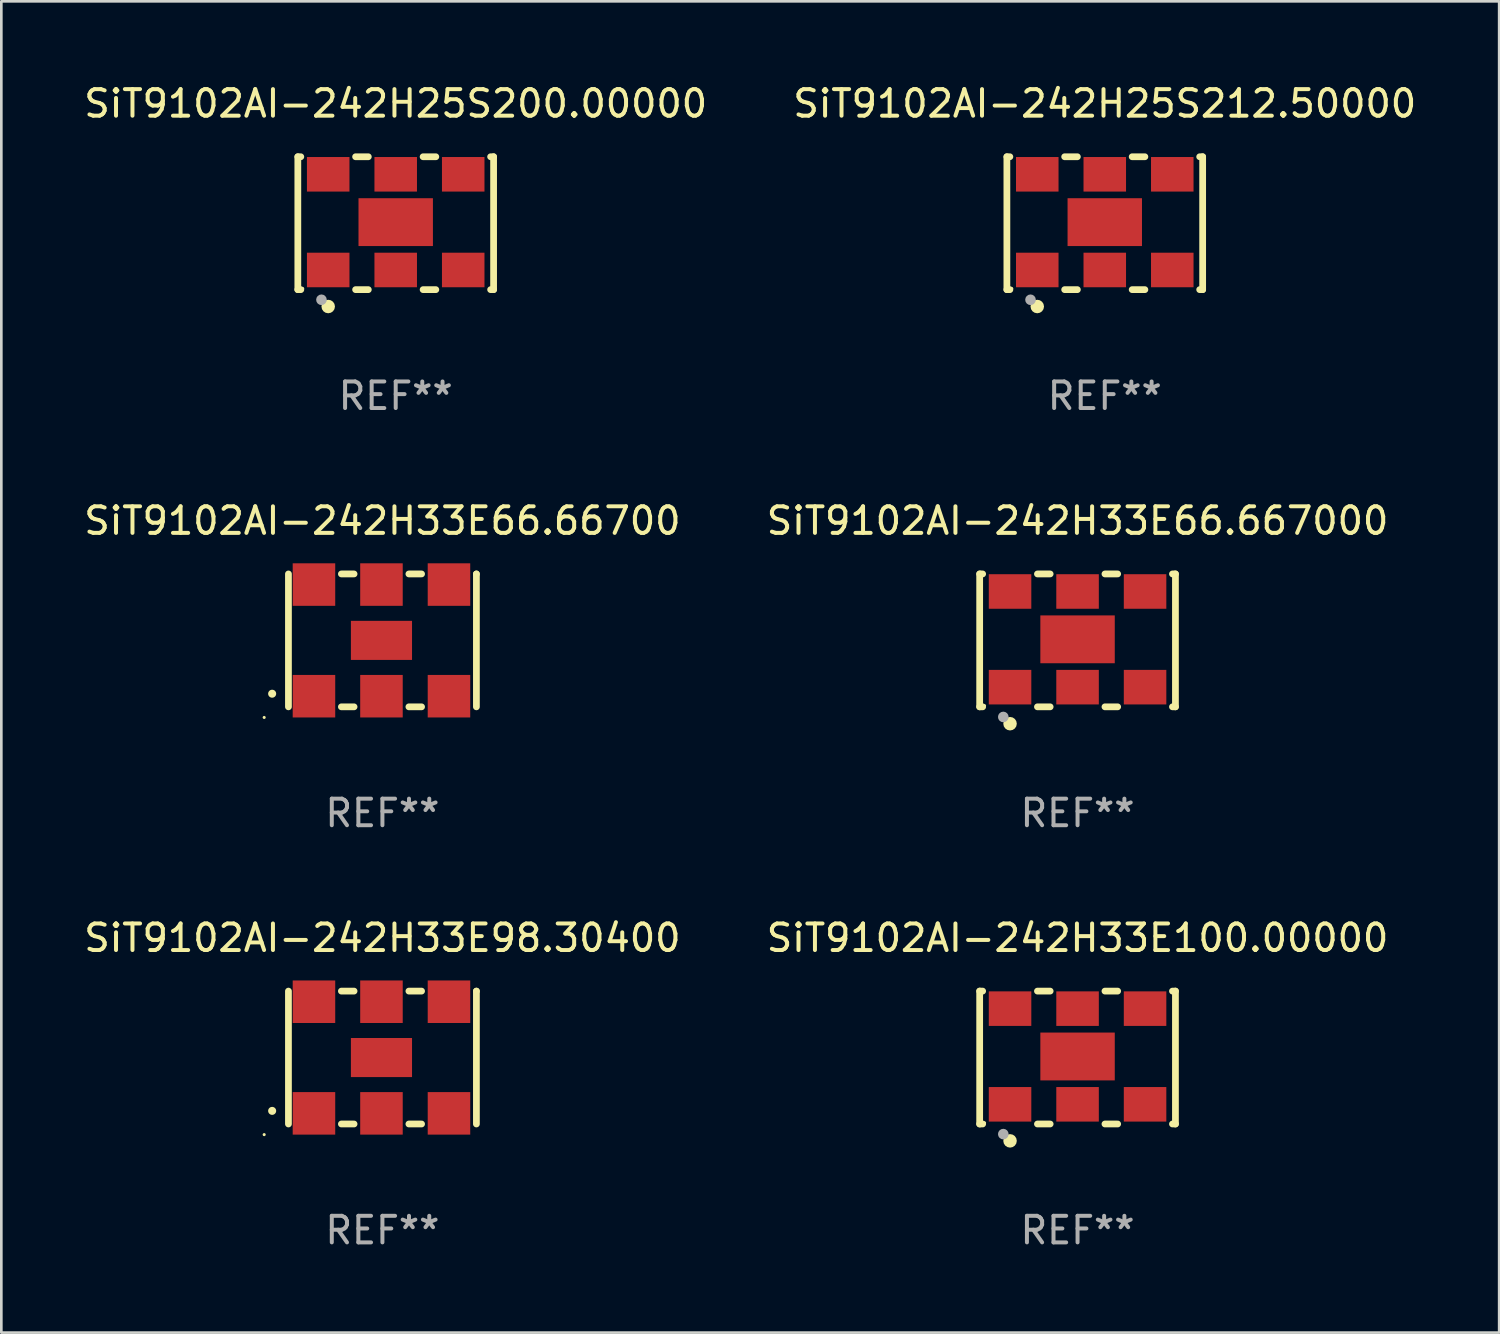
<source format=kicad_pcb>
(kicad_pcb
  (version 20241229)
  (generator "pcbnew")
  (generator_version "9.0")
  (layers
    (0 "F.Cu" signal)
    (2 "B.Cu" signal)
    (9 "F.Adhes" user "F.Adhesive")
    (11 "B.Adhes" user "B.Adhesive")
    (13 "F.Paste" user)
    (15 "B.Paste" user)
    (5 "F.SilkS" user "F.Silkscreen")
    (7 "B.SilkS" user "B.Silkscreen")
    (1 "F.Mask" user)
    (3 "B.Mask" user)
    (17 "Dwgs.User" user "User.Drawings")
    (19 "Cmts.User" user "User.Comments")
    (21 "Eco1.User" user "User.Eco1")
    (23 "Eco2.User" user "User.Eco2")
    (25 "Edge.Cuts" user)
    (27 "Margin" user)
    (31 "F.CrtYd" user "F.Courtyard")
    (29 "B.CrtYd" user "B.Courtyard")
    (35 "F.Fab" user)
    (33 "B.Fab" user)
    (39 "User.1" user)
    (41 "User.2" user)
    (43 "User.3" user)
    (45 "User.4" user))
  (footprint "SiT9102AI-242H25S200.00000"
    (layer "F.Cu")
    (at 11.839 5.348)
    (property "Reference" "SiT9102AI-242H25S200.00000" (at 0 -4.5 0) (layer "F.SilkS") (effects (font (size 1 1) (thickness 0.15))))
    (attr through_hole)
    (fp_line (start -3.683 -2.5) (end -3.571 -2.5) (stroke (width 0.254) (type solid)) (layer "F.SilkS"))
    (fp_line (start -3.683 2.5) (end -3.683 -2.5) (stroke (width 0.254) (type solid)) (layer "F.SilkS"))
    (fp_line (start -3.683 2.5) (end -3.571 2.5) (stroke (width 0.254) (type solid)) (layer "F.SilkS"))
    (fp_line (start -1.509 -2.5) (end -1.031 -2.5) (stroke (width 0.254) (type solid)) (layer "F.SilkS"))
    (fp_line (start -1.509 2.5) (end -1.031 2.5) (stroke (width 0.254) (type solid)) (layer "F.SilkS"))
    (fp_line (start 1.031 -2.5) (end 1.509 -2.5) (stroke (width 0.254) (type solid)) (layer "F.SilkS"))
    (fp_line (start 1.031 2.5) (end 1.509 2.5) (stroke (width 0.254) (type solid)) (layer "F.SilkS"))
    (fp_line (start 3.571 -2.5) (end 3.683 -2.5) (stroke (width 0.254) (type solid)) (layer "F.SilkS"))
    (fp_line (start 3.571 2.5) (end 3.683 2.5) (stroke (width 0.254) (type solid)) (layer "F.SilkS"))
    (fp_line (start 3.683 2.5) (end 3.683 -2.5) (stroke (width 0.254) (type solid)) (layer "F.SilkS"))
    (fp_circle (center -3.5 2.46) (end -3.47 2.46) (stroke (width 0.06) (type solid)) (fill no) (layer "F.SilkS"))
    (fp_circle (center -2.54 3.135) (end -2.413 3.135) (stroke (width 0.254) (type solid)) (fill no) (layer "F.SilkS"))
    (fp_circle (center -2.794 2.881) (end -2.694 2.881) (stroke (width 0.2) (type solid)) (fill no) (layer "F.Fab"))
    (fp_text user "REF**" (at 0 6.5 0) (layer "F.Fab") (effects (font (size 1 1) (thickness 0.15))))
    (pad "1" smd rect (at -2.54 1.76) (size 1.6 1.3) (layers "F.Cu" "F.Mask" "F.Paste"))
    (pad "2" smd rect (at 0 1.76) (size 1.6 1.3) (layers "F.Cu" "F.Mask" "F.Paste"))
    (pad "3" smd rect (at 2.54 1.76) (size 1.6 1.3) (layers "F.Cu" "F.Mask" "F.Paste"))
    (pad "4" smd rect (at 2.54 -1.84) (size 1.6 1.3) (layers "F.Cu" "F.Mask" "F.Paste"))
    (pad "5" smd rect (at 0 -1.84) (size 1.6 1.3) (layers "F.Cu" "F.Mask" "F.Paste"))
    (pad "6" smd rect (at -2.54 -1.84) (size 1.6 1.3) (layers "F.Cu" "F.Mask" "F.Paste"))
    (pad "7" smd rect (at 0 -0.04) (size 2.8 1.8) (layers "F.Cu" "F.Mask" "F.Paste")))
  (footprint "SiT9102AI-242H33E98.30400"
    (layer "F.Cu")
    (at 11.339 36.741)
    (property "Reference" "SiT9102AI-242H33E98.30400" (at 0 -4.5 0) (layer "F.SilkS") (effects (font (size 1 1) (thickness 0.15))))
    (attr through_hole)
    (fp_line (start -3.536 -2.5) (end -3.536 2.5) (stroke (width 0.254) (type solid)) (layer "F.SilkS"))
    (fp_line (start -1.544 2.5) (end -1.067 2.5) (stroke (width 0.254) (type solid)) (layer "F.SilkS"))
    (fp_line (start -1.067 -2.5) (end -1.544 -2.5) (stroke (width 0.254) (type solid)) (layer "F.SilkS"))
    (fp_line (start 0.996 2.5) (end 1.473 2.5) (stroke (width 0.254) (type solid)) (layer "F.SilkS"))
    (fp_line (start 1.473 -2.5) (end 0.996 -2.5) (stroke (width 0.254) (type solid)) (layer "F.SilkS"))
    (fp_line (start 3.536 -2.5) (end 3.536 -2.5) (stroke (width 0.254) (type solid)) (layer "F.SilkS"))
    (fp_line (start 3.536 2.5) (end 3.536 -2.5) (stroke (width 0.254) (type solid)) (layer "F.SilkS"))
    (fp_arc (start -4.150432 2.006604) (mid -4.149162 2.006599) (end -4.147892 2.006604) (stroke (width 0.3) (type solid)) (layer "F.SilkS"))
    (fp_circle (center -4.449 2.9) (end -4.419 2.9) (stroke (width 0.06) (type solid)) (fill no) (layer "F.SilkS"))
    (fp_text user "REF**" (at 0 6.5 0) (layer "F.Fab") (effects (font (size 1 1) (thickness 0.15))))
    (pad "1" smd rect (at -2.576 2.1) (size 1.6 1.6) (layers "F.Cu" "F.Mask" "F.Paste"))
    (pad "2" smd rect (at -0.036 2.1) (size 1.6 1.6) (layers "F.Cu" "F.Mask" "F.Paste"))
    (pad "3" smd rect (at 2.504 2.1) (size 1.6 1.6) (layers "F.Cu" "F.Mask" "F.Paste"))
    (pad "4" smd rect (at 2.504 -2.1) (size 1.6 1.6) (layers "F.Cu" "F.Mask" "F.Paste"))
    (pad "5" smd rect (at -0.036 -2.1) (size 1.6 1.6) (layers "F.Cu" "F.Mask" "F.Paste"))
    (pad "6" smd rect (at -2.576 -2.1) (size 1.6 1.6) (layers "F.Cu" "F.Mask" "F.Paste"))
    (pad "7" smd rect (at -0.036 0) (size 2.3 1.47) (layers "F.Cu" "F.Mask" "F.Paste")))
  (footprint "SiT9102AI-242H33E66.667000"
    (layer "F.Cu")
    (at 37.494 21.045)
    (property "Reference" "SiT9102AI-242H33E66.667000" (at 0 -4.5 0) (layer "F.SilkS") (effects (font (size 1 1) (thickness 0.15))))
    (attr through_hole)
    (fp_line (start -3.683 -2.5) (end -3.571 -2.5) (stroke (width 0.254) (type solid)) (layer "F.SilkS"))
    (fp_line (start -3.683 2.5) (end -3.683 -2.5) (stroke (width 0.254) (type solid)) (layer "F.SilkS"))
    (fp_line (start -3.683 2.5) (end -3.571 2.5) (stroke (width 0.254) (type solid)) (layer "F.SilkS"))
    (fp_line (start -1.509 -2.5) (end -1.031 -2.5) (stroke (width 0.254) (type solid)) (layer "F.SilkS"))
    (fp_line (start -1.509 2.5) (end -1.031 2.5) (stroke (width 0.254) (type solid)) (layer "F.SilkS"))
    (fp_line (start 1.031 -2.5) (end 1.509 -2.5) (stroke (width 0.254) (type solid)) (layer "F.SilkS"))
    (fp_line (start 1.031 2.5) (end 1.509 2.5) (stroke (width 0.254) (type solid)) (layer "F.SilkS"))
    (fp_line (start 3.571 -2.5) (end 3.683 -2.5) (stroke (width 0.254) (type solid)) (layer "F.SilkS"))
    (fp_line (start 3.571 2.5) (end 3.683 2.5) (stroke (width 0.254) (type solid)) (layer "F.SilkS"))
    (fp_line (start 3.683 2.5) (end 3.683 -2.5) (stroke (width 0.254) (type solid)) (layer "F.SilkS"))
    (fp_circle (center -3.5 2.46) (end -3.47 2.46) (stroke (width 0.06) (type solid)) (fill no) (layer "F.SilkS"))
    (fp_circle (center -2.54 3.135) (end -2.413 3.135) (stroke (width 0.254) (type solid)) (fill no) (layer "F.SilkS"))
    (fp_circle (center -2.794 2.881) (end -2.694 2.881) (stroke (width 0.2) (type solid)) (fill no) (layer "F.Fab"))
    (fp_text user "REF**" (at 0 6.5 0) (layer "F.Fab") (effects (font (size 1 1) (thickness 0.15))))
    (pad "1" smd rect (at -2.54 1.76) (size 1.6 1.3) (layers "F.Cu" "F.Mask" "F.Paste"))
    (pad "2" smd rect (at 0 1.76) (size 1.6 1.3) (layers "F.Cu" "F.Mask" "F.Paste"))
    (pad "3" smd rect (at 2.54 1.76) (size 1.6 1.3) (layers "F.Cu" "F.Mask" "F.Paste"))
    (pad "4" smd rect (at 2.54 -1.84) (size 1.6 1.3) (layers "F.Cu" "F.Mask" "F.Paste"))
    (pad "5" smd rect (at 0 -1.84) (size 1.6 1.3) (layers "F.Cu" "F.Mask" "F.Paste"))
    (pad "6" smd rect (at -2.54 -1.84) (size 1.6 1.3) (layers "F.Cu" "F.Mask" "F.Paste"))
    (pad "7" smd rect (at 0 -0.04) (size 2.8 1.8) (layers "F.Cu" "F.Mask" "F.Paste")))
  (footprint "SiT9102AI-242H25S212.50000"
    (layer "F.Cu")
    (at 38.518 5.348)
    (property "Reference" "SiT9102AI-242H25S212.50000" (at 0 -4.5 0) (layer "F.SilkS") (effects (font (size 1 1) (thickness 0.15))))
    (attr through_hole)
    (fp_line (start -3.683 -2.5) (end -3.571 -2.5) (stroke (width 0.254) (type solid)) (layer "F.SilkS"))
    (fp_line (start -3.683 2.5) (end -3.683 -2.5) (stroke (width 0.254) (type solid)) (layer "F.SilkS"))
    (fp_line (start -3.683 2.5) (end -3.571 2.5) (stroke (width 0.254) (type solid)) (layer "F.SilkS"))
    (fp_line (start -1.509 -2.5) (end -1.031 -2.5) (stroke (width 0.254) (type solid)) (layer "F.SilkS"))
    (fp_line (start -1.509 2.5) (end -1.031 2.5) (stroke (width 0.254) (type solid)) (layer "F.SilkS"))
    (fp_line (start 1.031 -2.5) (end 1.509 -2.5) (stroke (width 0.254) (type solid)) (layer "F.SilkS"))
    (fp_line (start 1.031 2.5) (end 1.509 2.5) (stroke (width 0.254) (type solid)) (layer "F.SilkS"))
    (fp_line (start 3.571 -2.5) (end 3.683 -2.5) (stroke (width 0.254) (type solid)) (layer "F.SilkS"))
    (fp_line (start 3.571 2.5) (end 3.683 2.5) (stroke (width 0.254) (type solid)) (layer "F.SilkS"))
    (fp_line (start 3.683 2.5) (end 3.683 -2.5) (stroke (width 0.254) (type solid)) (layer "F.SilkS"))
    (fp_circle (center -3.5 2.46) (end -3.47 2.46) (stroke (width 0.06) (type solid)) (fill no) (layer "F.SilkS"))
    (fp_circle (center -2.54 3.135) (end -2.413 3.135) (stroke (width 0.254) (type solid)) (fill no) (layer "F.SilkS"))
    (fp_circle (center -2.794 2.881) (end -2.694 2.881) (stroke (width 0.2) (type solid)) (fill no) (layer "F.Fab"))
    (fp_text user "REF**" (at 0 6.5 0) (layer "F.Fab") (effects (font (size 1 1) (thickness 0.15))))
    (pad "1" smd rect (at -2.54 1.76) (size 1.6 1.3) (layers "F.Cu" "F.Mask" "F.Paste"))
    (pad "2" smd rect (at 0 1.76) (size 1.6 1.3) (layers "F.Cu" "F.Mask" "F.Paste"))
    (pad "3" smd rect (at 2.54 1.76) (size 1.6 1.3) (layers "F.Cu" "F.Mask" "F.Paste"))
    (pad "4" smd rect (at 2.54 -1.84) (size 1.6 1.3) (layers "F.Cu" "F.Mask" "F.Paste"))
    (pad "5" smd rect (at 0 -1.84) (size 1.6 1.3) (layers "F.Cu" "F.Mask" "F.Paste"))
    (pad "6" smd rect (at -2.54 -1.84) (size 1.6 1.3) (layers "F.Cu" "F.Mask" "F.Paste"))
    (pad "7" smd rect (at 0 -0.04) (size 2.8 1.8) (layers "F.Cu" "F.Mask" "F.Paste")))
  (footprint "SiT9102AI-242H33E66.66700"
    (layer "F.Cu")
    (at 11.339 21.045)
    (property "Reference" "SiT9102AI-242H33E66.66700" (at 0 -4.5 0) (layer "F.SilkS") (effects (font (size 1 1) (thickness 0.15))))
    (attr through_hole)
    (fp_line (start -3.536 -2.5) (end -3.536 2.5) (stroke (width 0.254) (type solid)) (layer "F.SilkS"))
    (fp_line (start -1.544 2.5) (end -1.067 2.5) (stroke (width 0.254) (type solid)) (layer "F.SilkS"))
    (fp_line (start -1.067 -2.5) (end -1.544 -2.5) (stroke (width 0.254) (type solid)) (layer "F.SilkS"))
    (fp_line (start 0.996 2.5) (end 1.473 2.5) (stroke (width 0.254) (type solid)) (layer "F.SilkS"))
    (fp_line (start 1.473 -2.5) (end 0.996 -2.5) (stroke (width 0.254) (type solid)) (layer "F.SilkS"))
    (fp_line (start 3.536 -2.5) (end 3.536 -2.5) (stroke (width 0.254) (type solid)) (layer "F.SilkS"))
    (fp_line (start 3.536 2.5) (end 3.536 -2.5) (stroke (width 0.254) (type solid)) (layer "F.SilkS"))
    (fp_arc (start -4.150432 2.006604) (mid -4.149162 2.006599) (end -4.147892 2.006604) (stroke (width 0.3) (type solid)) (layer "F.SilkS"))
    (fp_circle (center -4.449 2.9) (end -4.419 2.9) (stroke (width 0.06) (type solid)) (fill no) (layer "F.SilkS"))
    (fp_text user "REF**" (at 0 6.5 0) (layer "F.Fab") (effects (font (size 1 1) (thickness 0.15))))
    (pad "1" smd rect (at -2.576 2.1) (size 1.6 1.6) (layers "F.Cu" "F.Mask" "F.Paste"))
    (pad "2" smd rect (at -0.036 2.1) (size 1.6 1.6) (layers "F.Cu" "F.Mask" "F.Paste"))
    (pad "3" smd rect (at 2.504 2.1) (size 1.6 1.6) (layers "F.Cu" "F.Mask" "F.Paste"))
    (pad "4" smd rect (at 2.504 -2.1) (size 1.6 1.6) (layers "F.Cu" "F.Mask" "F.Paste"))
    (pad "5" smd rect (at -0.036 -2.1) (size 1.6 1.6) (layers "F.Cu" "F.Mask" "F.Paste"))
    (pad "6" smd rect (at -2.576 -2.1) (size 1.6 1.6) (layers "F.Cu" "F.Mask" "F.Paste"))
    (pad "7" smd rect (at -0.036 0) (size 2.3 1.47) (layers "F.Cu" "F.Mask" "F.Paste")))
  (footprint "SiT9102AI-242H33E100.00000"
    (layer "F.Cu")
    (at 37.494 36.741)
    (property "Reference" "SiT9102AI-242H33E100.00000" (at 0 -4.5 0) (layer "F.SilkS") (effects (font (size 1 1) (thickness 0.15))))
    (attr through_hole)
    (fp_line (start -3.683 -2.5) (end -3.571 -2.5) (stroke (width 0.254) (type solid)) (layer "F.SilkS"))
    (fp_line (start -3.683 2.5) (end -3.683 -2.5) (stroke (width 0.254) (type solid)) (layer "F.SilkS"))
    (fp_line (start -3.683 2.5) (end -3.571 2.5) (stroke (width 0.254) (type solid)) (layer "F.SilkS"))
    (fp_line (start -1.509 -2.5) (end -1.031 -2.5) (stroke (width 0.254) (type solid)) (layer "F.SilkS"))
    (fp_line (start -1.509 2.5) (end -1.031 2.5) (stroke (width 0.254) (type solid)) (layer "F.SilkS"))
    (fp_line (start 1.031 -2.5) (end 1.509 -2.5) (stroke (width 0.254) (type solid)) (layer "F.SilkS"))
    (fp_line (start 1.031 2.5) (end 1.509 2.5) (stroke (width 0.254) (type solid)) (layer "F.SilkS"))
    (fp_line (start 3.571 -2.5) (end 3.683 -2.5) (stroke (width 0.254) (type solid)) (layer "F.SilkS"))
    (fp_line (start 3.571 2.5) (end 3.683 2.5) (stroke (width 0.254) (type solid)) (layer "F.SilkS"))
    (fp_line (start 3.683 2.5) (end 3.683 -2.5) (stroke (width 0.254) (type solid)) (layer "F.SilkS"))
    (fp_circle (center -3.5 2.46) (end -3.47 2.46) (stroke (width 0.06) (type solid)) (fill no) (layer "F.SilkS"))
    (fp_circle (center -2.54 3.135) (end -2.413 3.135) (stroke (width 0.254) (type solid)) (fill no) (layer "F.SilkS"))
    (fp_circle (center -2.794 2.881) (end -2.694 2.881) (stroke (width 0.2) (type solid)) (fill no) (layer "F.Fab"))
    (fp_text user "REF**" (at 0 6.5 0) (layer "F.Fab") (effects (font (size 1 1) (thickness 0.15))))
    (pad "1" smd rect (at -2.54 1.76) (size 1.6 1.3) (layers "F.Cu" "F.Mask" "F.Paste"))
    (pad "2" smd rect (at 0 1.76) (size 1.6 1.3) (layers "F.Cu" "F.Mask" "F.Paste"))
    (pad "3" smd rect (at 2.54 1.76) (size 1.6 1.3) (layers "F.Cu" "F.Mask" "F.Paste"))
    (pad "4" smd rect (at 2.54 -1.84) (size 1.6 1.3) (layers "F.Cu" "F.Mask" "F.Paste"))
    (pad "5" smd rect (at 0 -1.84) (size 1.6 1.3) (layers "F.Cu" "F.Mask" "F.Paste"))
    (pad "6" smd rect (at -2.54 -1.84) (size 1.6 1.3) (layers "F.Cu" "F.Mask" "F.Paste"))
    (pad "7" smd rect (at 0 -0.04) (size 2.8 1.8) (layers "F.Cu" "F.Mask" "F.Paste")))
  (gr_rect
    (start -3 -3)
    (end 53.357 47.09)
    (stroke (width 0.1) (type default))
    (fill no)
    (layer "Edge.Cuts")))
</source>
